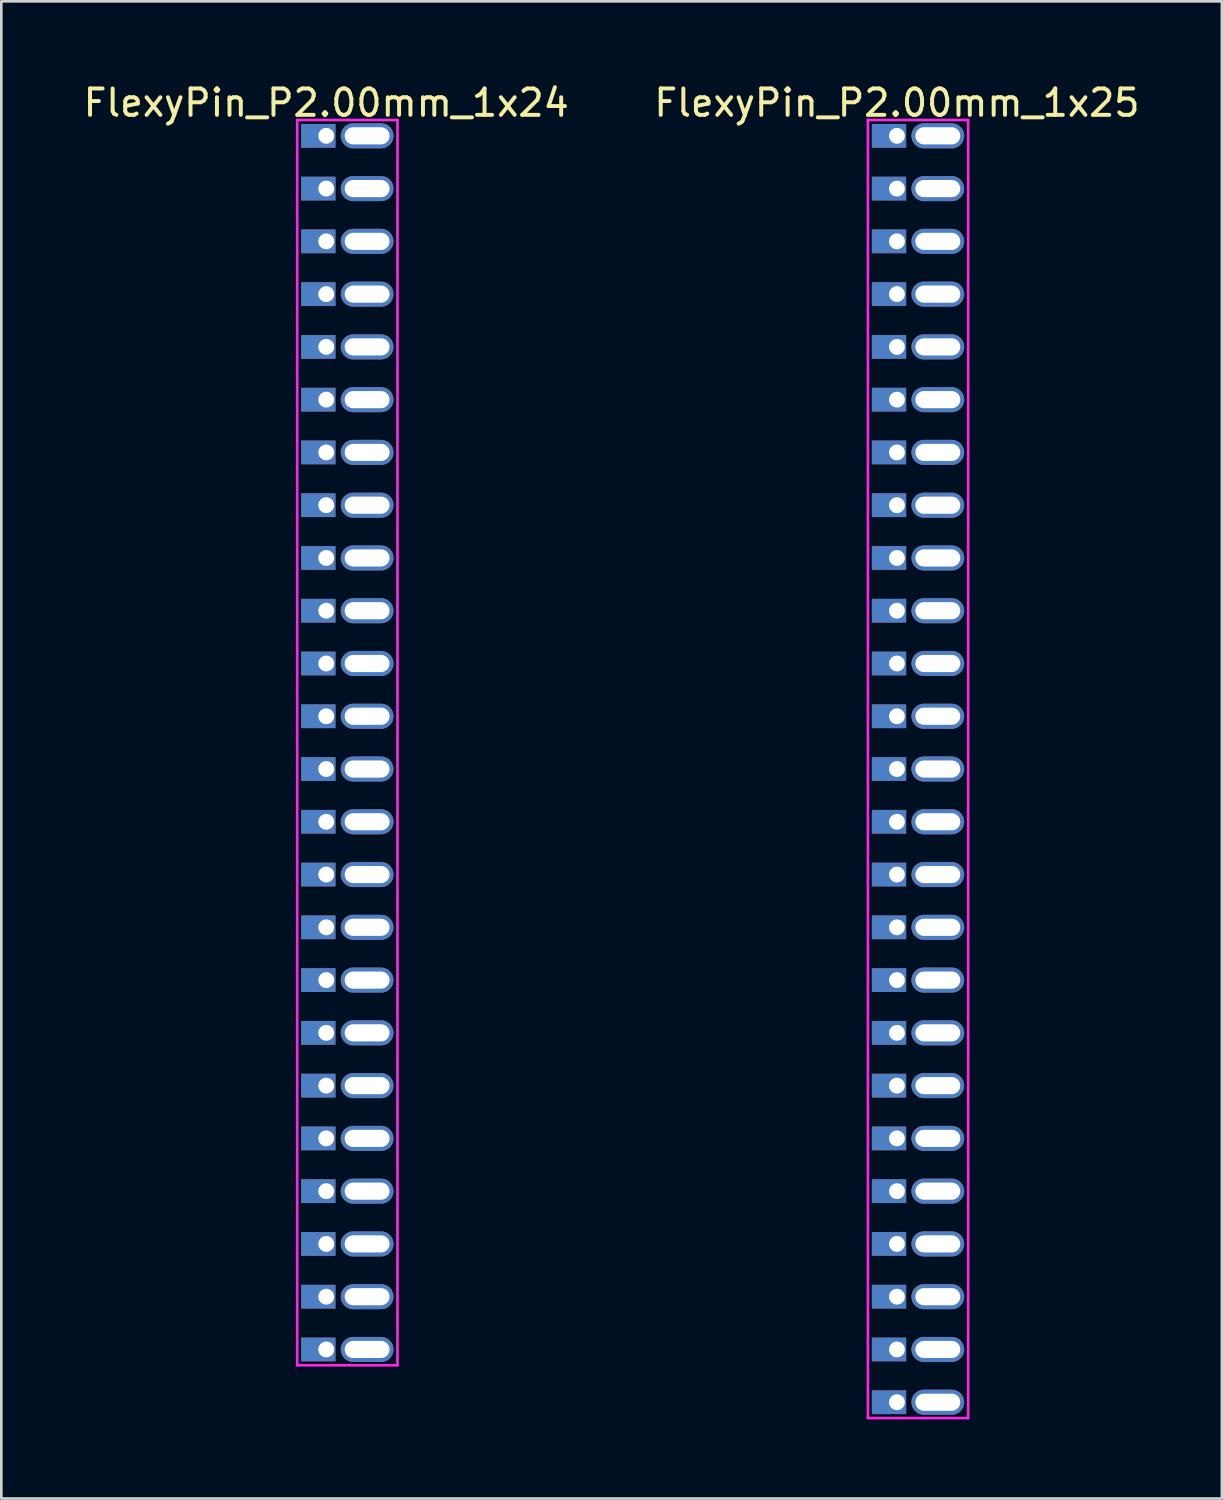
<source format=kicad_pcb>
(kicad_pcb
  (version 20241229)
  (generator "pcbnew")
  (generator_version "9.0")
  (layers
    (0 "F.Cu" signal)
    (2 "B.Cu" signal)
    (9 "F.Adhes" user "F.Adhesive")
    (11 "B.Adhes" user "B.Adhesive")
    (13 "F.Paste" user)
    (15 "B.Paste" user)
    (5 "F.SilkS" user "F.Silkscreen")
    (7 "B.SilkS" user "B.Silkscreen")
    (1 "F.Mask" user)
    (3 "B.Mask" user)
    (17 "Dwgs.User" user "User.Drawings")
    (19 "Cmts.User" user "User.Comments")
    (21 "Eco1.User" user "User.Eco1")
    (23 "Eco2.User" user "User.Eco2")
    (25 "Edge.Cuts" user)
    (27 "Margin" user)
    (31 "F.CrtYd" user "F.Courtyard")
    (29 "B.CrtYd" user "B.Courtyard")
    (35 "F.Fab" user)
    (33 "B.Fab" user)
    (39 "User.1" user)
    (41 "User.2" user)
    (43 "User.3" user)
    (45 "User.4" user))
  (footprint "FlexyPin_P2.00mm_1x25"
    (layer "F.Cu")
    (at 30.946 2.098)
    (property "Reference" "FlexyPin_P2.00mm_1x25" (at 0 -1.25 0) (layer "F.SilkS") (effects (font (size 1 1) (thickness 0.15))))
    (attr through_hole)
    (fp_line (start -1.1 -0.6) (end 2.7 -0.6) (stroke (width 0.1) (type solid)) (layer "F.CrtYd"))
    (fp_line (start -1.1 48.6) (end -1.1 -0.6) (stroke (width 0.1) (type solid)) (layer "F.CrtYd"))
    (fp_line (start 2.7 -0.6) (end 2.7 48.6) (stroke (width 0.1) (type solid)) (layer "F.CrtYd"))
    (fp_line (start 2.7 48.6) (end -1.1 48.6) (stroke (width 0.1) (type solid)) (layer "F.CrtYd"))
    (pad "" thru_hole oval (at 1.55 0) (size 2 0.95) (drill oval 1.7 0.65) (layers "*.Cu" "*.Mask"))
    (pad "" thru_hole oval (at 1.55 2) (size 2 0.95) (drill oval 1.7 0.65) (layers "*.Cu" "*.Mask"))
    (pad "" thru_hole oval (at 1.55 4) (size 2 0.95) (drill oval 1.7 0.65) (layers "*.Cu" "*.Mask"))
    (pad "" thru_hole oval (at 1.55 6) (size 2 0.95) (drill oval 1.7 0.65) (layers "*.Cu" "*.Mask"))
    (pad "" thru_hole oval (at 1.55 8) (size 2 0.95) (drill oval 1.7 0.65) (layers "*.Cu" "*.Mask"))
    (pad "" thru_hole oval (at 1.55 10) (size 2 0.95) (drill oval 1.7 0.65) (layers "*.Cu" "*.Mask"))
    (pad "" thru_hole oval (at 1.55 12) (size 2 0.95) (drill oval 1.7 0.65) (layers "*.Cu" "*.Mask"))
    (pad "" thru_hole oval (at 1.55 14) (size 2 0.95) (drill oval 1.7 0.65) (layers "*.Cu" "*.Mask"))
    (pad "" thru_hole oval (at 1.55 16) (size 2 0.95) (drill oval 1.7 0.65) (layers "*.Cu" "*.Mask"))
    (pad "" thru_hole oval (at 1.55 18) (size 2 0.95) (drill oval 1.7 0.65) (layers "*.Cu" "*.Mask"))
    (pad "" thru_hole oval (at 1.55 20) (size 2 0.95) (drill oval 1.7 0.65) (layers "*.Cu" "*.Mask"))
    (pad "" thru_hole oval (at 1.55 22) (size 2 0.95) (drill oval 1.7 0.65) (layers "*.Cu" "*.Mask"))
    (pad "" thru_hole oval (at 1.55 24) (size 2 0.95) (drill oval 1.7 0.65) (layers "*.Cu" "*.Mask"))
    (pad "" thru_hole oval (at 1.55 26) (size 2 0.95) (drill oval 1.7 0.65) (layers "*.Cu" "*.Mask"))
    (pad "" thru_hole oval (at 1.55 28) (size 2 0.95) (drill oval 1.7 0.65) (layers "*.Cu" "*.Mask"))
    (pad "" thru_hole oval (at 1.55 30) (size 2 0.95) (drill oval 1.7 0.65) (layers "*.Cu" "*.Mask"))
    (pad "" thru_hole oval (at 1.55 32) (size 2 0.95) (drill oval 1.7 0.65) (layers "*.Cu" "*.Mask"))
    (pad "" thru_hole oval (at 1.55 34) (size 2 0.95) (drill oval 1.7 0.65) (layers "*.Cu" "*.Mask"))
    (pad "" thru_hole oval (at 1.55 36) (size 2 0.95) (drill oval 1.7 0.65) (layers "*.Cu" "*.Mask"))
    (pad "" thru_hole oval (at 1.55 38) (size 2 0.95) (drill oval 1.7 0.65) (layers "*.Cu" "*.Mask"))
    (pad "" thru_hole oval (at 1.55 40) (size 2 0.95) (drill oval 1.7 0.65) (layers "*.Cu" "*.Mask"))
    (pad "" thru_hole oval (at 1.55 42) (size 2 0.95) (drill oval 1.7 0.65) (layers "*.Cu" "*.Mask"))
    (pad "" thru_hole oval (at 1.55 44) (size 2 0.95) (drill oval 1.7 0.65) (layers "*.Cu" "*.Mask"))
    (pad "" thru_hole oval (at 1.55 46) (size 2 0.95) (drill oval 1.7 0.65) (layers "*.Cu" "*.Mask"))
    (pad "" thru_hole oval (at 1.55 48) (size 2 0.95) (drill oval 1.7 0.65) (layers "*.Cu" "*.Mask"))
    (pad "1" thru_hole rect (at 0 0) (size 1.3 0.9) (drill 0.6 (offset -0.3 0)) (layers "*.Cu" "*.Mask"))
    (pad "2" thru_hole rect (at 0 2) (size 1.3 0.9) (drill 0.6 (offset -0.3 0)) (layers "*.Cu" "*.Mask"))
    (pad "3" thru_hole rect (at 0 4) (size 1.3 0.9) (drill 0.6 (offset -0.3 0)) (layers "*.Cu" "*.Mask"))
    (pad "4" thru_hole rect (at 0 6) (size 1.3 0.9) (drill 0.6 (offset -0.3 0)) (layers "*.Cu" "*.Mask"))
    (pad "5" thru_hole rect (at 0 8) (size 1.3 0.9) (drill 0.6 (offset -0.3 0)) (layers "*.Cu" "*.Mask"))
    (pad "6" thru_hole rect (at 0 10) (size 1.3 0.9) (drill 0.6 (offset -0.3 0)) (layers "*.Cu" "*.Mask"))
    (pad "7" thru_hole rect (at 0 12) (size 1.3 0.9) (drill 0.6 (offset -0.3 0)) (layers "*.Cu" "*.Mask"))
    (pad "8" thru_hole rect (at 0 14) (size 1.3 0.9) (drill 0.6 (offset -0.3 0)) (layers "*.Cu" "*.Mask"))
    (pad "9" thru_hole rect (at 0 16) (size 1.3 0.9) (drill 0.6 (offset -0.3 0)) (layers "*.Cu" "*.Mask"))
    (pad "10" thru_hole rect (at 0 18) (size 1.3 0.9) (drill 0.6 (offset -0.3 0)) (layers "*.Cu" "*.Mask"))
    (pad "11" thru_hole rect (at 0 20) (size 1.3 0.9) (drill 0.6 (offset -0.3 0)) (layers "*.Cu" "*.Mask"))
    (pad "12" thru_hole rect (at 0 22) (size 1.3 0.9) (drill 0.6 (offset -0.3 0)) (layers "*.Cu" "*.Mask"))
    (pad "13" thru_hole rect (at 0 24) (size 1.3 0.9) (drill 0.6 (offset -0.3 0)) (layers "*.Cu" "*.Mask"))
    (pad "14" thru_hole rect (at 0 26) (size 1.3 0.9) (drill 0.6 (offset -0.3 0)) (layers "*.Cu" "*.Mask"))
    (pad "15" thru_hole rect (at 0 28) (size 1.3 0.9) (drill 0.6 (offset -0.3 0)) (layers "*.Cu" "*.Mask"))
    (pad "16" thru_hole rect (at 0 30) (size 1.3 0.9) (drill 0.6 (offset -0.3 0)) (layers "*.Cu" "*.Mask"))
    (pad "17" thru_hole rect (at 0 32) (size 1.3 0.9) (drill 0.6 (offset -0.3 0)) (layers "*.Cu" "*.Mask"))
    (pad "18" thru_hole rect (at 0 34) (size 1.3 0.9) (drill 0.6 (offset -0.3 0)) (layers "*.Cu" "*.Mask"))
    (pad "19" thru_hole rect (at 0 36) (size 1.3 0.9) (drill 0.6 (offset -0.3 0)) (layers "*.Cu" "*.Mask"))
    (pad "20" thru_hole rect (at 0 38) (size 1.3 0.9) (drill 0.6 (offset -0.3 0)) (layers "*.Cu" "*.Mask"))
    (pad "21" thru_hole rect (at 0 40) (size 1.3 0.9) (drill 0.6 (offset -0.3 0)) (layers "*.Cu" "*.Mask"))
    (pad "22" thru_hole rect (at 0 42) (size 1.3 0.9) (drill 0.6 (offset -0.3 0)) (layers "*.Cu" "*.Mask"))
    (pad "23" thru_hole rect (at 0 44) (size 1.3 0.9) (drill 0.6 (offset -0.3 0)) (layers "*.Cu" "*.Mask"))
    (pad "24" thru_hole rect (at 0 46) (size 1.3 0.9) (drill 0.6 (offset -0.3 0)) (layers "*.Cu" "*.Mask"))
    (pad "25" thru_hole rect (at 0 48) (size 1.3 0.9) (drill 0.6 (offset -0.3 0)) (layers "*.Cu" "*.Mask")))
  (footprint "FlexyPin_P2.00mm_1x24"
    (layer "F.Cu")
    (at 9.315 2.098)
    (property "Reference" "FlexyPin_P2.00mm_1x24" (at 0 -1.25 0) (layer "F.SilkS") (effects (font (size 1 1) (thickness 0.15))))
    (attr through_hole)
    (fp_line (start -1.1 -0.6) (end 2.7 -0.6) (stroke (width 0.1) (type solid)) (layer "F.CrtYd"))
    (fp_line (start -1.1 46.6) (end -1.1 -0.6) (stroke (width 0.1) (type solid)) (layer "F.CrtYd"))
    (fp_line (start 2.7 -0.6) (end 2.7 46.6) (stroke (width 0.1) (type solid)) (layer "F.CrtYd"))
    (fp_line (start 2.7 46.6) (end -1.1 46.6) (stroke (width 0.1) (type solid)) (layer "F.CrtYd"))
    (pad "" thru_hole oval (at 1.55 0) (size 2 0.95) (drill oval 1.7 0.65) (layers "*.Cu" "*.Mask"))
    (pad "" thru_hole oval (at 1.55 2) (size 2 0.95) (drill oval 1.7 0.65) (layers "*.Cu" "*.Mask"))
    (pad "" thru_hole oval (at 1.55 4) (size 2 0.95) (drill oval 1.7 0.65) (layers "*.Cu" "*.Mask"))
    (pad "" thru_hole oval (at 1.55 6) (size 2 0.95) (drill oval 1.7 0.65) (layers "*.Cu" "*.Mask"))
    (pad "" thru_hole oval (at 1.55 8) (size 2 0.95) (drill oval 1.7 0.65) (layers "*.Cu" "*.Mask"))
    (pad "" thru_hole oval (at 1.55 10) (size 2 0.95) (drill oval 1.7 0.65) (layers "*.Cu" "*.Mask"))
    (pad "" thru_hole oval (at 1.55 12) (size 2 0.95) (drill oval 1.7 0.65) (layers "*.Cu" "*.Mask"))
    (pad "" thru_hole oval (at 1.55 14) (size 2 0.95) (drill oval 1.7 0.65) (layers "*.Cu" "*.Mask"))
    (pad "" thru_hole oval (at 1.55 16) (size 2 0.95) (drill oval 1.7 0.65) (layers "*.Cu" "*.Mask"))
    (pad "" thru_hole oval (at 1.55 18) (size 2 0.95) (drill oval 1.7 0.65) (layers "*.Cu" "*.Mask"))
    (pad "" thru_hole oval (at 1.55 20) (size 2 0.95) (drill oval 1.7 0.65) (layers "*.Cu" "*.Mask"))
    (pad "" thru_hole oval (at 1.55 22) (size 2 0.95) (drill oval 1.7 0.65) (layers "*.Cu" "*.Mask"))
    (pad "" thru_hole oval (at 1.55 24) (size 2 0.95) (drill oval 1.7 0.65) (layers "*.Cu" "*.Mask"))
    (pad "" thru_hole oval (at 1.55 26) (size 2 0.95) (drill oval 1.7 0.65) (layers "*.Cu" "*.Mask"))
    (pad "" thru_hole oval (at 1.55 28) (size 2 0.95) (drill oval 1.7 0.65) (layers "*.Cu" "*.Mask"))
    (pad "" thru_hole oval (at 1.55 30) (size 2 0.95) (drill oval 1.7 0.65) (layers "*.Cu" "*.Mask"))
    (pad "" thru_hole oval (at 1.55 32) (size 2 0.95) (drill oval 1.7 0.65) (layers "*.Cu" "*.Mask"))
    (pad "" thru_hole oval (at 1.55 34) (size 2 0.95) (drill oval 1.7 0.65) (layers "*.Cu" "*.Mask"))
    (pad "" thru_hole oval (at 1.55 36) (size 2 0.95) (drill oval 1.7 0.65) (layers "*.Cu" "*.Mask"))
    (pad "" thru_hole oval (at 1.55 38) (size 2 0.95) (drill oval 1.7 0.65) (layers "*.Cu" "*.Mask"))
    (pad "" thru_hole oval (at 1.55 40) (size 2 0.95) (drill oval 1.7 0.65) (layers "*.Cu" "*.Mask"))
    (pad "" thru_hole oval (at 1.55 42) (size 2 0.95) (drill oval 1.7 0.65) (layers "*.Cu" "*.Mask"))
    (pad "" thru_hole oval (at 1.55 44) (size 2 0.95) (drill oval 1.7 0.65) (layers "*.Cu" "*.Mask"))
    (pad "" thru_hole oval (at 1.55 46) (size 2 0.95) (drill oval 1.7 0.65) (layers "*.Cu" "*.Mask"))
    (pad "1" thru_hole rect (at 0 0) (size 1.3 0.9) (drill 0.6 (offset -0.3 0)) (layers "*.Cu" "*.Mask"))
    (pad "2" thru_hole rect (at 0 2) (size 1.3 0.9) (drill 0.6 (offset -0.3 0)) (layers "*.Cu" "*.Mask"))
    (pad "3" thru_hole rect (at 0 4) (size 1.3 0.9) (drill 0.6 (offset -0.3 0)) (layers "*.Cu" "*.Mask"))
    (pad "4" thru_hole rect (at 0 6) (size 1.3 0.9) (drill 0.6 (offset -0.3 0)) (layers "*.Cu" "*.Mask"))
    (pad "5" thru_hole rect (at 0 8) (size 1.3 0.9) (drill 0.6 (offset -0.3 0)) (layers "*.Cu" "*.Mask"))
    (pad "6" thru_hole rect (at 0 10) (size 1.3 0.9) (drill 0.6 (offset -0.3 0)) (layers "*.Cu" "*.Mask"))
    (pad "7" thru_hole rect (at 0 12) (size 1.3 0.9) (drill 0.6 (offset -0.3 0)) (layers "*.Cu" "*.Mask"))
    (pad "8" thru_hole rect (at 0 14) (size 1.3 0.9) (drill 0.6 (offset -0.3 0)) (layers "*.Cu" "*.Mask"))
    (pad "9" thru_hole rect (at 0 16) (size 1.3 0.9) (drill 0.6 (offset -0.3 0)) (layers "*.Cu" "*.Mask"))
    (pad "10" thru_hole rect (at 0 18) (size 1.3 0.9) (drill 0.6 (offset -0.3 0)) (layers "*.Cu" "*.Mask"))
    (pad "11" thru_hole rect (at 0 20) (size 1.3 0.9) (drill 0.6 (offset -0.3 0)) (layers "*.Cu" "*.Mask"))
    (pad "12" thru_hole rect (at 0 22) (size 1.3 0.9) (drill 0.6 (offset -0.3 0)) (layers "*.Cu" "*.Mask"))
    (pad "13" thru_hole rect (at 0 24) (size 1.3 0.9) (drill 0.6 (offset -0.3 0)) (layers "*.Cu" "*.Mask"))
    (pad "14" thru_hole rect (at 0 26) (size 1.3 0.9) (drill 0.6 (offset -0.3 0)) (layers "*.Cu" "*.Mask"))
    (pad "15" thru_hole rect (at 0 28) (size 1.3 0.9) (drill 0.6 (offset -0.3 0)) (layers "*.Cu" "*.Mask"))
    (pad "16" thru_hole rect (at 0 30) (size 1.3 0.9) (drill 0.6 (offset -0.3 0)) (layers "*.Cu" "*.Mask"))
    (pad "17" thru_hole rect (at 0 32) (size 1.3 0.9) (drill 0.6 (offset -0.3 0)) (layers "*.Cu" "*.Mask"))
    (pad "18" thru_hole rect (at 0 34) (size 1.3 0.9) (drill 0.6 (offset -0.3 0)) (layers "*.Cu" "*.Mask"))
    (pad "19" thru_hole rect (at 0 36) (size 1.3 0.9) (drill 0.6 (offset -0.3 0)) (layers "*.Cu" "*.Mask"))
    (pad "20" thru_hole rect (at 0 38) (size 1.3 0.9) (drill 0.6 (offset -0.3 0)) (layers "*.Cu" "*.Mask"))
    (pad "21" thru_hole rect (at 0 40) (size 1.3 0.9) (drill 0.6 (offset -0.3 0)) (layers "*.Cu" "*.Mask"))
    (pad "22" thru_hole rect (at 0 42) (size 1.3 0.9) (drill 0.6 (offset -0.3 0)) (layers "*.Cu" "*.Mask"))
    (pad "23" thru_hole rect (at 0 44) (size 1.3 0.9) (drill 0.6 (offset -0.3 0)) (layers "*.Cu" "*.Mask"))
    (pad "24" thru_hole rect (at 0 46) (size 1.3 0.9) (drill 0.6 (offset -0.3 0)) (layers "*.Cu" "*.Mask")))
  (gr_rect
    (start -3 -3)
    (end 43.262 53.748)
    (stroke (width 0.1) (type default))
    (fill no)
    (layer "Edge.Cuts")))
</source>
